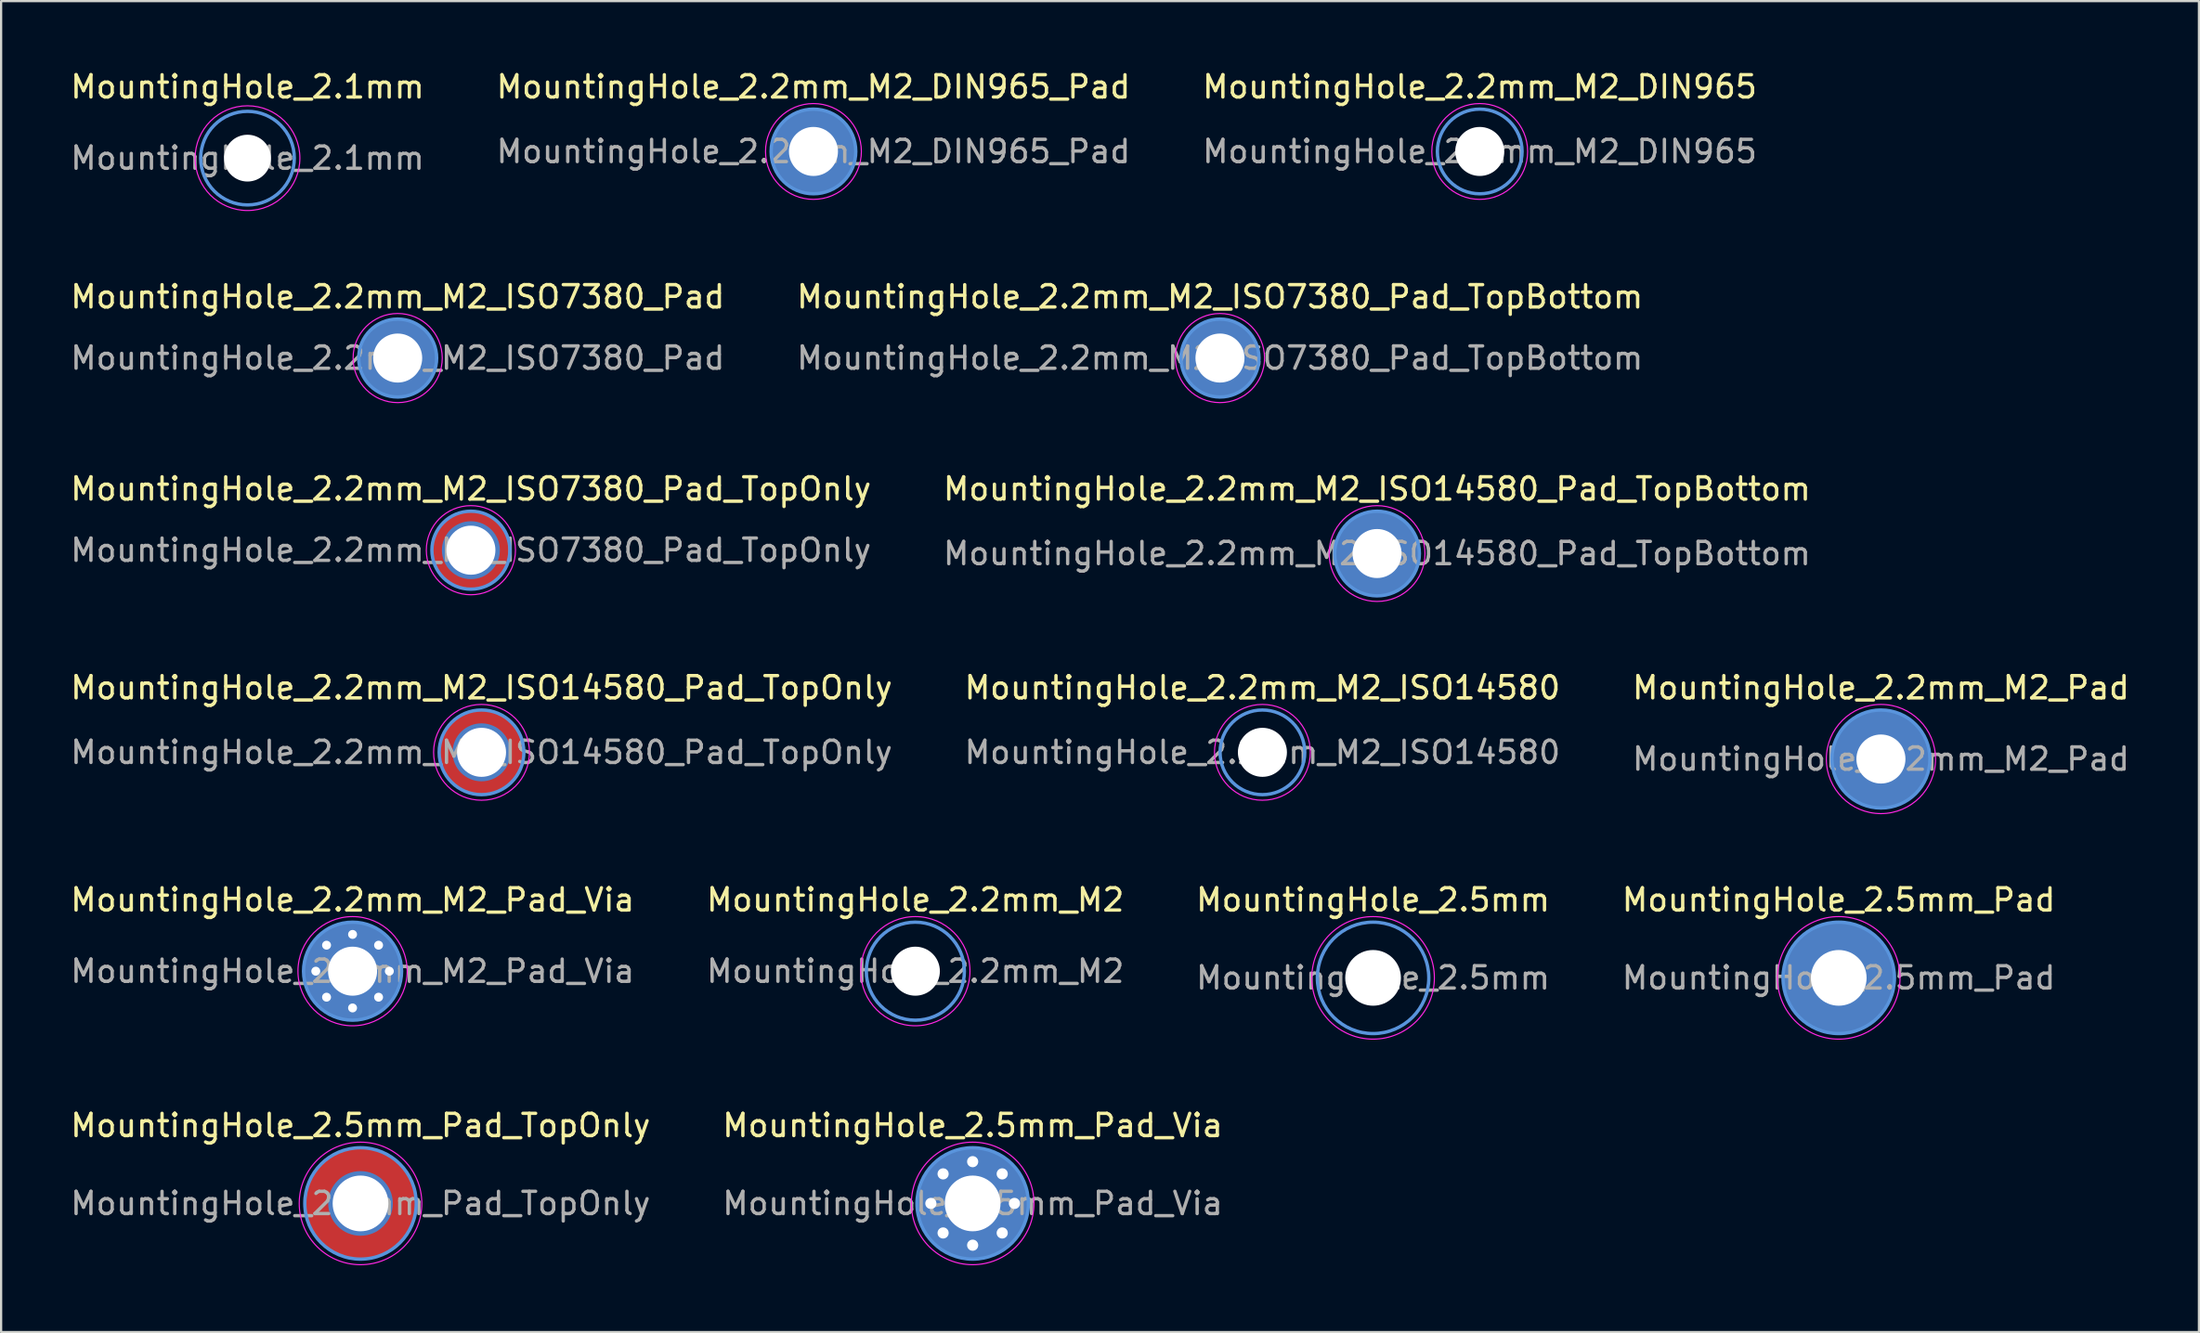
<source format=kicad_pcb>
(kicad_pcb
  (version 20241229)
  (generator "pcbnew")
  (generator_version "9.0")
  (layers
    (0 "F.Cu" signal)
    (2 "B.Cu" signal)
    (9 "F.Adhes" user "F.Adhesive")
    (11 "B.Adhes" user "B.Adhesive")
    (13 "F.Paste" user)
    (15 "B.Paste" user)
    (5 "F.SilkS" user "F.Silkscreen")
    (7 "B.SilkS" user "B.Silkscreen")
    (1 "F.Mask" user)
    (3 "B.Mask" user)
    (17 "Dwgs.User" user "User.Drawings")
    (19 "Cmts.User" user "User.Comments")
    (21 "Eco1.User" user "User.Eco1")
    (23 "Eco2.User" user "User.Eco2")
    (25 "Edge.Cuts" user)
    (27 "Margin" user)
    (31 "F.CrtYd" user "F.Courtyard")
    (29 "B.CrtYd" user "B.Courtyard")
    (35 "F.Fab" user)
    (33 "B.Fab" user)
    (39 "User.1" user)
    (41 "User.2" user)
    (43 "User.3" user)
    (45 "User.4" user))
  (footprint "MountingHole_2.5mm_Pad_TopOnly"
    (layer "F.Cu")
    (at 13.125 50.965)
    (property "Reference" "MountingHole_2.5mm_Pad_TopOnly" (at 0 -3.5 0) (layer "F.SilkS") (effects (font (size 1 1) (thickness 0.15))))
    (attr exclude_from_pos_files exclude_from_bom)
    (fp_circle (center 0 0) (end 2.5 0) (stroke (width 0.15) (type solid)) (fill no) (layer "Cmts.User"))
    (fp_circle (center 0 0) (end 2.75 0) (stroke (width 0.05) (type solid)) (fill no) (layer "F.CrtYd"))
    (fp_text user "${REFERENCE}" (at 0 0 0) (layer "F.Fab") (effects (font (size 1 1) (thickness 0.15))))
    (pad "1" thru_hole circle (at 0 0) (size 2.9 2.9) (drill 2.5) (layers "*.Cu" "*.Mask"))
    (pad "1" connect circle (at 0 0) (size 5 5) (layers "F.Cu" "F.Mask")))
  (footprint "MountingHole_2.5mm_Pad"
    (layer "F.Cu")
    (at 79.446 40.841)
    (property "Reference" "MountingHole_2.5mm_Pad" (at 0 -3.5 0) (layer "F.SilkS") (effects (font (size 1 1) (thickness 0.15))))
    (attr exclude_from_pos_files exclude_from_bom)
    (fp_circle (center 0 0) (end 2.5 0) (stroke (width 0.15) (type solid)) (fill no) (layer "Cmts.User"))
    (fp_circle (center 0 0) (end 2.75 0) (stroke (width 0.05) (type solid)) (fill no) (layer "F.CrtYd"))
    (fp_text user "${REFERENCE}" (at 0 0 0) (layer "F.Fab") (effects (font (size 1 1) (thickness 0.15))))
    (pad "1" thru_hole circle (at 0 0) (size 5 5) (drill 2.5) (layers "*.Cu" "*.Mask")))
  (footprint "MountingHole_2.5mm"
    (layer "F.Cu")
    (at 58.554 40.841)
    (property "Reference" "MountingHole_2.5mm" (at 0 -3.5 0) (layer "F.SilkS") (effects (font (size 1 1) (thickness 0.15))))
    (attr exclude_from_pos_files exclude_from_bom)
    (fp_circle (center 0 0) (end 2.5 0) (stroke (width 0.15) (type solid)) (fill no) (layer "Cmts.User"))
    (fp_circle (center 0 0) (end 2.75 0) (stroke (width 0.05) (type solid)) (fill no) (layer "F.CrtYd"))
    (fp_text user "${REFERENCE}" (at 0 0 0) (layer "F.Fab") (effects (font (size 1 1) (thickness 0.15))))
    (pad "" np_thru_hole circle (at 0 0) (size 2.5 2.5) (drill 2.5) (layers "*.Cu" "*.Mask")))
  (footprint "MountingHole_2.1mm"
    (layer "F.Cu")
    (at 8.054 4.048)
    (property "Reference" "MountingHole_2.1mm" (at 0 -3.2 0) (layer "F.SilkS") (effects (font (size 1 1) (thickness 0.15))))
    (attr exclude_from_pos_files exclude_from_bom)
    (fp_circle (center 0 0) (end 2.1 0) (stroke (width 0.15) (type solid)) (fill no) (layer "Cmts.User"))
    (fp_circle (center 0 0) (end 2.35 0) (stroke (width 0.05) (type solid)) (fill no) (layer "F.CrtYd"))
    (fp_text user "${REFERENCE}" (at 0 0 0) (layer "F.Fab") (effects (font (size 1 1) (thickness 0.15))))
    (pad "" np_thru_hole circle (at 0 0) (size 2.1 2.1) (drill 2.1) (layers "*.Cu" "*.Mask")))
  (footprint "MountingHole_2.2mm_M2_Pad_Via"
    (layer "F.Cu")
    (at 12.768 40.541)
    (property "Reference" "MountingHole_2.2mm_M2_Pad_Via" (at 0 -3.2 0) (layer "F.SilkS") (effects (font (size 1 1) (thickness 0.15))))
    (attr exclude_from_pos_files exclude_from_bom)
    (fp_circle (center 0 0) (end 2.2 0) (stroke (width 0.15) (type solid)) (fill no) (layer "Cmts.User"))
    (fp_circle (center 0 0) (end 2.45 0) (stroke (width 0.05) (type solid)) (fill no) (layer "F.CrtYd"))
    (fp_text user "${REFERENCE}" (at 0 0 0) (layer "F.Fab") (effects (font (size 1 1) (thickness 0.15))))
    (pad "1" thru_hole circle (at -1.65 0) (size 0.7 0.7) (drill 0.4) (layers "*.Cu" "*.Mask"))
    (pad "1" thru_hole circle (at -1.167 -1.167) (size 0.7 0.7) (drill 0.4) (layers "*.Cu" "*.Mask"))
    (pad "1" thru_hole circle (at -1.167 1.167) (size 0.7 0.7) (drill 0.4) (layers "*.Cu" "*.Mask"))
    (pad "1" thru_hole circle (at 0 -1.65) (size 0.7 0.7) (drill 0.4) (layers "*.Cu" "*.Mask"))
    (pad "1" thru_hole circle (at 0 0) (size 4.4 4.4) (drill 2.2) (layers "*.Cu" "*.Mask"))
    (pad "1" thru_hole circle (at 0 1.65) (size 0.7 0.7) (drill 0.4) (layers "*.Cu" "*.Mask"))
    (pad "1" thru_hole circle (at 1.167 -1.167) (size 0.7 0.7) (drill 0.4) (layers "*.Cu" "*.Mask"))
    (pad "1" thru_hole circle (at 1.167 1.167) (size 0.7 0.7) (drill 0.4) (layers "*.Cu" "*.Mask"))
    (pad "1" thru_hole circle (at 1.65 0) (size 0.7 0.7) (drill 0.4) (layers "*.Cu" "*.Mask")))
  (footprint "MountingHole_2.2mm_M2_ISO7380_Pad_TopBottom"
    (layer "F.Cu")
    (at 51.685 13.021)
    (property "Reference" "MountingHole_2.2mm_M2_ISO7380_Pad_TopBottom" (at 0 -2.75 0) (layer "F.SilkS") (effects (font (size 1 1) (thickness 0.15))))
    (attr exclude_from_pos_files exclude_from_bom)
    (fp_circle (center 0 0) (end 1.75 0) (stroke (width 0.15) (type solid)) (fill no) (layer "Cmts.User"))
    (fp_circle (center 0 0) (end 2 0) (stroke (width 0.05) (type solid)) (fill no) (layer "F.CrtYd"))
    (fp_text user "${REFERENCE}" (at 0 0 0) (layer "F.Fab") (effects (font (size 1 1) (thickness 0.15))))
    (pad "1" thru_hole circle (at 0 0) (size 2.6 2.6) (drill 2.2) (layers "*.Cu" "*.Mask"))
    (pad "1" connect circle (at 0 0) (size 3.5 3.5) (layers "F.Cu" "F.Mask"))
    (pad "1" connect circle (at 0 0) (size 3.5 3.5) (layers "B.Cu" "B.Mask")))
  (footprint "MountingHole_2.2mm_M2_DIN965"
    (layer "F.Cu")
    (at 63.339 3.748)
    (property "Reference" "MountingHole_2.2mm_M2_DIN965" (at 0 -2.9 0) (layer "F.SilkS") (effects (font (size 1 1) (thickness 0.15))))
    (attr exclude_from_pos_files exclude_from_bom)
    (fp_circle (center 0 0) (end 1.9 0) (stroke (width 0.15) (type solid)) (fill no) (layer "Cmts.User"))
    (fp_circle (center 0 0) (end 2.15 0) (stroke (width 0.05) (type solid)) (fill no) (layer "F.CrtYd"))
    (fp_text user "${REFERENCE}" (at 0 0 0) (layer "F.Fab") (effects (font (size 1 1) (thickness 0.15))))
    (pad "" np_thru_hole circle (at 0 0) (size 2.2 2.2) (drill 2.2) (layers "*.Cu" "*.Mask")))
  (footprint "MountingHole_2.2mm_M2_DIN965_Pad"
    (layer "F.Cu")
    (at 33.446 3.748)
    (property "Reference" "MountingHole_2.2mm_M2_DIN965_Pad" (at 0 -2.9 0) (layer "F.SilkS") (effects (font (size 1 1) (thickness 0.15))))
    (attr exclude_from_pos_files exclude_from_bom)
    (fp_circle (center 0 0) (end 1.9 0) (stroke (width 0.15) (type solid)) (fill no) (layer "Cmts.User"))
    (fp_circle (center 0 0) (end 2.15 0) (stroke (width 0.05) (type solid)) (fill no) (layer "F.CrtYd"))
    (fp_text user "${REFERENCE}" (at 0 0 0) (layer "F.Fab") (effects (font (size 1 1) (thickness 0.15))))
    (pad "1" thru_hole circle (at 0 0) (size 3.8 3.8) (drill 2.2) (layers "*.Cu" "*.Mask")))
  (footprint "MountingHole_2.2mm_M2_ISO14580_Pad_TopBottom"
    (layer "F.Cu")
    (at 58.732 21.795)
    (property "Reference" "MountingHole_2.2mm_M2_ISO14580_Pad_TopBottom" (at 0 -2.9 0) (layer "F.SilkS") (effects (font (size 1 1) (thickness 0.15))))
    (attr exclude_from_pos_files exclude_from_bom)
    (fp_circle (center 0 0) (end 1.9 0) (stroke (width 0.15) (type solid)) (fill no) (layer "Cmts.User"))
    (fp_circle (center 0 0) (end 2.15 0) (stroke (width 0.05) (type solid)) (fill no) (layer "F.CrtYd"))
    (fp_text user "${REFERENCE}" (at 0 0 0) (layer "F.Fab") (effects (font (size 1 1) (thickness 0.15))))
    (pad "1" thru_hole circle (at 0 0) (size 2.6 2.6) (drill 2.2) (layers "*.Cu" "*.Mask"))
    (pad "1" connect circle (at 0 0) (size 3.8 3.8) (layers "F.Cu" "F.Mask"))
    (pad "1" connect circle (at 0 0) (size 3.8 3.8) (layers "B.Cu" "B.Mask")))
  (footprint "MountingHole_2.2mm_M2_ISO7380_Pad"
    (layer "F.Cu")
    (at 14.792 13.021)
    (property "Reference" "MountingHole_2.2mm_M2_ISO7380_Pad" (at 0 -2.75 0) (layer "F.SilkS") (effects (font (size 1 1) (thickness 0.15))))
    (attr exclude_from_pos_files exclude_from_bom)
    (fp_circle (center 0 0) (end 1.75 0) (stroke (width 0.15) (type solid)) (fill no) (layer "Cmts.User"))
    (fp_circle (center 0 0) (end 2 0) (stroke (width 0.05) (type solid)) (fill no) (layer "F.CrtYd"))
    (fp_text user "${REFERENCE}" (at 0 0 0) (layer "F.Fab") (effects (font (size 1 1) (thickness 0.15))))
    (pad "1" thru_hole circle (at 0 0) (size 3.5 3.5) (drill 2.2) (layers "*.Cu" "*.Mask")))
  (footprint "MountingHole_2.2mm_M2_Pad"
    (layer "F.Cu")
    (at 81.339 31.018)
    (property "Reference" "MountingHole_2.2mm_M2_Pad" (at 0 -3.2 0) (layer "F.SilkS") (effects (font (size 1 1) (thickness 0.15))))
    (attr exclude_from_pos_files exclude_from_bom)
    (fp_circle (center 0 0) (end 2.2 0) (stroke (width 0.15) (type solid)) (fill no) (layer "Cmts.User"))
    (fp_circle (center 0 0) (end 2.45 0) (stroke (width 0.05) (type solid)) (fill no) (layer "F.CrtYd"))
    (fp_text user "${REFERENCE}" (at 0 0 0) (layer "F.Fab") (effects (font (size 1 1) (thickness 0.15))))
    (pad "1" thru_hole circle (at 0 0) (size 4.4 4.4) (drill 2.2) (layers "*.Cu" "*.Mask")))
  (footprint "MountingHole_2.2mm_M2"
    (layer "F.Cu")
    (at 38.018 40.541)
    (property "Reference" "MountingHole_2.2mm_M2" (at 0 -3.2 0) (layer "F.SilkS") (effects (font (size 1 1) (thickness 0.15))))
    (attr exclude_from_pos_files exclude_from_bom)
    (fp_circle (center 0 0) (end 2.2 0) (stroke (width 0.15) (type solid)) (fill no) (layer "Cmts.User"))
    (fp_circle (center 0 0) (end 2.45 0) (stroke (width 0.05) (type solid)) (fill no) (layer "F.CrtYd"))
    (fp_text user "${REFERENCE}" (at 0 0 0) (layer "F.Fab") (effects (font (size 1 1) (thickness 0.15))))
    (pad "" np_thru_hole circle (at 0 0) (size 2.2 2.2) (drill 2.2) (layers "*.Cu" "*.Mask")))
  (footprint "MountingHole_2.2mm_M2_ISO14580"
    (layer "F.Cu")
    (at 53.589 30.718)
    (property "Reference" "MountingHole_2.2mm_M2_ISO14580" (at 0 -2.9 0) (layer "F.SilkS") (effects (font (size 1 1) (thickness 0.15))))
    (attr exclude_from_pos_files exclude_from_bom)
    (fp_circle (center 0 0) (end 1.9 0) (stroke (width 0.15) (type solid)) (fill no) (layer "Cmts.User"))
    (fp_circle (center 0 0) (end 2.15 0) (stroke (width 0.05) (type solid)) (fill no) (layer "F.CrtYd"))
    (fp_text user "${REFERENCE}" (at 0 0 0) (layer "F.Fab") (effects (font (size 1 1) (thickness 0.15))))
    (pad "" np_thru_hole circle (at 0 0) (size 2.2 2.2) (drill 2.2) (layers "*.Cu" "*.Mask")))
  (footprint "MountingHole_2.2mm_M2_ISO7380_Pad_TopOnly"
    (layer "F.Cu")
    (at 18.077 21.645)
    (property "Reference" "MountingHole_2.2mm_M2_ISO7380_Pad_TopOnly" (at 0 -2.75 0) (layer "F.SilkS") (effects (font (size 1 1) (thickness 0.15))))
    (attr exclude_from_pos_files exclude_from_bom)
    (fp_circle (center 0 0) (end 1.75 0) (stroke (width 0.15) (type solid)) (fill no) (layer "Cmts.User"))
    (fp_circle (center 0 0) (end 2 0) (stroke (width 0.05) (type solid)) (fill no) (layer "F.CrtYd"))
    (fp_text user "${REFERENCE}" (at 0 0 0) (layer "F.Fab") (effects (font (size 1 1) (thickness 0.15))))
    (pad "1" thru_hole circle (at 0 0) (size 2.6 2.6) (drill 2.2) (layers "*.Cu" "*.Mask"))
    (pad "1" connect circle (at 0 0) (size 3.5 3.5) (layers "F.Cu" "F.Mask")))
  (footprint "MountingHole_2.2mm_M2_ISO14580_Pad_TopOnly"
    (layer "F.Cu")
    (at 18.554 30.718)
    (property "Reference" "MountingHole_2.2mm_M2_ISO14580_Pad_TopOnly" (at 0 -2.9 0) (layer "F.SilkS") (effects (font (size 1 1) (thickness 0.15))))
    (attr exclude_from_pos_files exclude_from_bom)
    (fp_circle (center 0 0) (end 1.9 0) (stroke (width 0.15) (type solid)) (fill no) (layer "Cmts.User"))
    (fp_circle (center 0 0) (end 2.15 0) (stroke (width 0.05) (type solid)) (fill no) (layer "F.CrtYd"))
    (fp_text user "${REFERENCE}" (at 0 0 0) (layer "F.Fab") (effects (font (size 1 1) (thickness 0.15))))
    (pad "1" thru_hole circle (at 0 0) (size 2.6 2.6) (drill 2.2) (layers "*.Cu" "*.Mask"))
    (pad "1" connect circle (at 0 0) (size 3.8 3.8) (layers "F.Cu" "F.Mask")))
  (footprint "MountingHole_2.5mm_Pad_Via"
    (layer "F.Cu")
    (at 40.589 50.965)
    (property "Reference" "MountingHole_2.5mm_Pad_Via" (at 0 -3.5 0) (layer "F.SilkS") (effects (font (size 1 1) (thickness 0.15))))
    (attr exclude_from_pos_files exclude_from_bom)
    (fp_circle (center 0 0) (end 2.5 0) (stroke (width 0.15) (type solid)) (fill no) (layer "Cmts.User"))
    (fp_circle (center 0 0) (end 2.75 0) (stroke (width 0.05) (type solid)) (fill no) (layer "F.CrtYd"))
    (fp_text user "${REFERENCE}" (at 0 0 0) (layer "F.Fab") (effects (font (size 1 1) (thickness 0.15))))
    (pad "1" thru_hole circle (at -1.875 0) (size 0.8 0.8) (drill 0.5) (layers "*.Cu" "*.Mask"))
    (pad "1" thru_hole circle (at -1.326 -1.326) (size 0.8 0.8) (drill 0.5) (layers "*.Cu" "*.Mask"))
    (pad "1" thru_hole circle (at -1.326 1.326) (size 0.8 0.8) (drill 0.5) (layers "*.Cu" "*.Mask"))
    (pad "1" thru_hole circle (at 0 -1.875) (size 0.8 0.8) (drill 0.5) (layers "*.Cu" "*.Mask"))
    (pad "1" thru_hole circle (at 0 0) (size 5 5) (drill 2.5) (layers "*.Cu" "*.Mask"))
    (pad "1" thru_hole circle (at 0 1.875) (size 0.8 0.8) (drill 0.5) (layers "*.Cu" "*.Mask"))
    (pad "1" thru_hole circle (at 1.326 -1.326) (size 0.8 0.8) (drill 0.5) (layers "*.Cu" "*.Mask"))
    (pad "1" thru_hole circle (at 1.326 1.326) (size 0.8 0.8) (drill 0.5) (layers "*.Cu" "*.Mask"))
    (pad "1" thru_hole circle (at 1.875 0) (size 0.8 0.8) (drill 0.5) (layers "*.Cu" "*.Mask")))
  (gr_rect
    (start -3 -3)
    (end 95.607 56.739)
    (stroke (width 0.1) (type default))
    (fill no)
    (layer "Edge.Cuts")))
</source>
